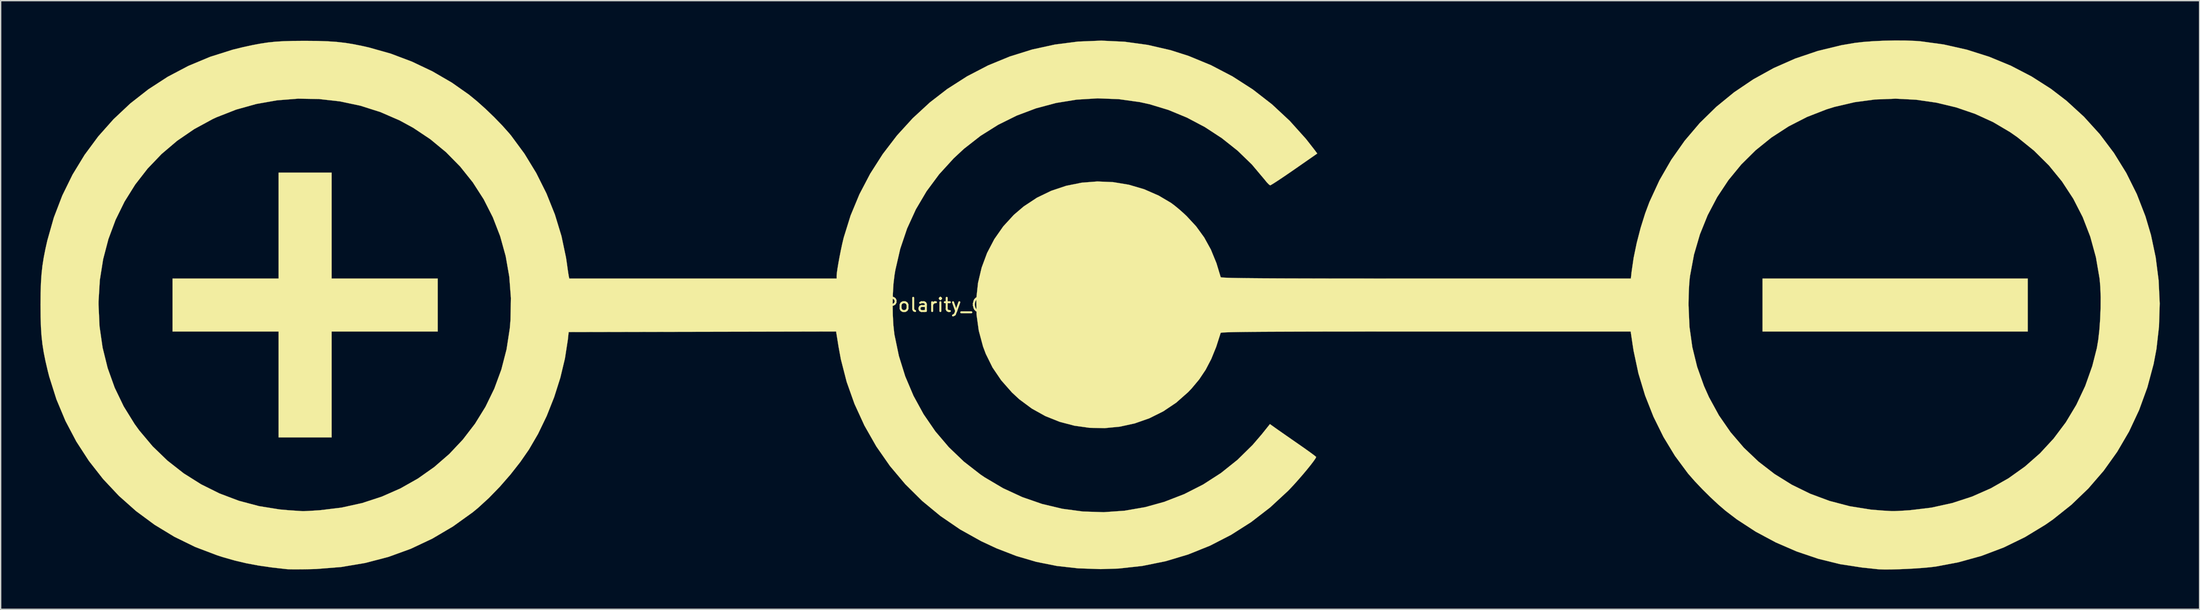
<source format=kicad_pcb>
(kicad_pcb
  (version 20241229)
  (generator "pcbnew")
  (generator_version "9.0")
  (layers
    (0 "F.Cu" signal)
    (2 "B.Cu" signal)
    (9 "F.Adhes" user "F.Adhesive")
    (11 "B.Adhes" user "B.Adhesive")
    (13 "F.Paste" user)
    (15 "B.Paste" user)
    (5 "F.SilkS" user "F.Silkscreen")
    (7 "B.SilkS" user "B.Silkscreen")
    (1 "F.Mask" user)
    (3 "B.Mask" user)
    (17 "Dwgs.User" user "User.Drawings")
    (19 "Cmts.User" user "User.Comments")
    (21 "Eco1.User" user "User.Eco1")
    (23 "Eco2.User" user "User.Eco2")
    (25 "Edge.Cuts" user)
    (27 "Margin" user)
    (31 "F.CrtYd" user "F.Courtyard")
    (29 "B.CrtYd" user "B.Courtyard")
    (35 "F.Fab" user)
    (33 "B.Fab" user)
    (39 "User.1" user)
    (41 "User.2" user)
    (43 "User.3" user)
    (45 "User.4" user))
  (footprint "Polarity_Center_Negative_40mm_SilkScreen"
    (layer "F.Cu")
    (at 79.825 19.976)
    (property "Reference" "Polarity_Center_Negative_40mm_SilkScreen" (at 0 0 0) (layer "F.SilkS") (effects (font (size 1 1) (thickness 0.15))))
    (attr exclude_from_pos_files exclude_from_bom)
    (fp_poly (pts (xy 69.954 1.999) (xy 49.967 1.999) (xy 49.967 -1.999) (xy 69.954 -1.999) (xy 69.954 1.999)) (stroke (width 0.01) (type solid)) (fill yes) (layer "F.SilkS"))
    (fp_poly (pts (xy -57.879 -1.999) (xy -49.884 -1.999) (xy -49.884 1.999) (xy -57.879 1.999) (xy -57.879 9.993) (xy -61.876 9.993) (xy -61.876 1.999) (xy -69.871 1.999) (xy -69.871 -1.999) (xy -61.876 -1.999) (xy -61.876 -9.993) (xy -57.879 -9.993) (xy -57.879 -1.999)) (stroke (width 0.01) (type solid)) (fill yes) (layer "F.SilkS"))
    (fp_poly (pts (xy 60.765 -19.966) (xy 61.488 -19.938) (xy 61.84 -19.912) (xy 63.617 -19.67) (xy 65.36 -19.277) (xy 67.055 -18.739) (xy 68.687 -18.063) (xy 70.242 -17.254) (xy 71.704 -16.319) (xy 72.869 -15.424) (xy 74.188 -14.215) (xy 75.383 -12.897) (xy 76.449 -11.479) (xy 77.381 -9.969) (xy 78.174 -8.374) (xy 78.822 -6.703) (xy 79.241 -5.288) (xy 79.597 -3.601) (xy 79.817 -1.867) (xy 79.9 -0.116) (xy 79.846 1.623) (xy 79.654 3.32) (xy 79.442 4.446) (xy 78.966 6.226) (xy 78.347 7.929) (xy 77.59 9.548) (xy 76.697 11.078) (xy 75.674 12.513) (xy 74.524 13.845) (xy 73.252 15.07) (xy 71.862 16.18) (xy 71.275 16.589) (xy 69.74 17.522) (xy 68.137 18.304) (xy 66.464 18.937) (xy 64.716 19.422) (xy 63.018 19.742) (xy 62.591 19.794) (xy 62.064 19.842) (xy 61.472 19.885) (xy 60.85 19.919) (xy 60.234 19.945) (xy 59.66 19.96) (xy 59.161 19.963) (xy 58.775 19.951) (xy 58.628 19.94) (xy 58.421 19.917) (xy 58.1 19.882) (xy 57.715 19.841) (xy 57.462 19.815) (xy 55.817 19.563) (xy 54.169 19.156) (xy 52.542 18.605) (xy 50.961 17.919) (xy 49.449 17.108) (xy 48.03 16.182) (xy 47.177 15.53) (xy 46.634 15.063) (xy 46.039 14.508) (xy 45.437 13.911) (xy 44.873 13.316) (xy 44.393 12.769) (xy 44.336 12.7) (xy 43.364 11.386) (xy 42.497 9.956) (xy 41.744 8.429) (xy 41.112 6.825) (xy 40.611 5.163) (xy 40.248 3.463) (xy 40.178 3.019) (xy 40.028 1.999) (xy 24.592 1.999) (xy 22.641 1.999) (xy 20.851 2) (xy 19.215 2.001) (xy 17.728 2.002) (xy 16.384 2.004) (xy 15.175 2.007) (xy 14.098 2.011) (xy 13.144 2.015) (xy 12.309 2.019) (xy 11.587 2.025) (xy 10.97 2.031) (xy 10.454 2.038) (xy 10.032 2.046) (xy 9.699 2.055) (xy 9.447 2.065) (xy 9.272 2.076) (xy 9.167 2.088) (xy 9.126 2.101) (xy 9.126 2.103) (xy 8.79 3.155) (xy 8.418 4.072) (xy 7.995 4.884) (xy 7.504 5.619) (xy 6.927 6.309) (xy 6.666 6.582) (xy 5.77 7.373) (xy 4.794 8.028) (xy 3.752 8.548) (xy 2.66 8.932) (xy 1.533 9.18) (xy 0.387 9.292) (xy -0.765 9.268) (xy -1.905 9.108) (xy -3.02 8.813) (xy -4.094 8.381) (xy -5.111 7.814) (xy -6.057 7.111) (xy -6.606 6.601) (xy -7.414 5.684) (xy -8.069 4.717) (xy -8.578 3.686) (xy -8.786 3.13) (xy -9.108 1.928) (xy -9.275 0.716) (xy -9.284 0.029) (xy 44.388 0.029) (xy 44.458 1.64) (xy 44.673 3.178) (xy 45.036 4.662) (xy 45.551 6.108) (xy 45.928 6.954) (xy 46.679 8.329) (xy 47.558 9.602) (xy 48.555 10.768) (xy 49.661 11.82) (xy 50.869 12.754) (xy 52.169 13.564) (xy 53.553 14.243) (xy 55.011 14.786) (xy 56.535 15.187) (xy 58.116 15.441) (xy 59.045 15.517) (xy 59.345 15.534) (xy 59.607 15.55) (xy 59.711 15.557) (xy 59.869 15.557) (xy 60.156 15.545) (xy 60.533 15.524) (xy 60.962 15.496) (xy 61.058 15.49) (xy 62.692 15.293) (xy 64.261 14.948) (xy 65.757 14.459) (xy 67.173 13.834) (xy 68.503 13.077) (xy 69.739 12.195) (xy 70.876 11.194) (xy 71.905 10.079) (xy 72.821 8.857) (xy 73.616 7.533) (xy 74.284 6.113) (xy 74.818 4.603) (xy 75.163 3.248) (xy 75.268 2.623) (xy 75.352 1.879) (xy 75.411 1.062) (xy 75.444 0.22) (xy 75.449 -0.602) (xy 75.424 -1.358) (xy 75.371 -1.976) (xy 75.092 -3.607) (xy 74.666 -5.162) (xy 74.096 -6.637) (xy 73.384 -8.028) (xy 72.533 -9.331) (xy 71.546 -10.541) (xy 70.425 -11.654) (xy 69.174 -12.667) (xy 68.622 -13.052) (xy 67.348 -13.806) (xy 65.985 -14.43) (xy 64.551 -14.921) (xy 63.062 -15.277) (xy 61.536 -15.497) (xy 59.991 -15.577) (xy 58.442 -15.516) (xy 56.908 -15.311) (xy 55.405 -14.961) (xy 54.797 -14.774) (xy 53.318 -14.197) (xy 51.928 -13.484) (xy 50.634 -12.643) (xy 49.443 -11.681) (xy 48.361 -10.607) (xy 47.394 -9.427) (xy 46.548 -8.149) (xy 45.83 -6.782) (xy 45.245 -5.333) (xy 44.801 -3.811) (xy 44.504 -2.221) (xy 44.475 -2.001) (xy 44.444 -1.659) (xy 44.417 -1.202) (xy 44.398 -0.681) (xy 44.388 -0.15) (xy 44.388 0.029) (xy -9.284 0.029) (xy -9.291 -0.49) (xy -9.161 -1.676) (xy -8.889 -2.828) (xy -8.479 -3.932) (xy -7.935 -4.973) (xy -7.261 -5.937) (xy -6.461 -6.81) (xy -5.721 -7.442) (xy -4.72 -8.103) (xy -3.648 -8.622) (xy -2.521 -9) (xy -1.356 -9.235) (xy -0.169 -9.328) (xy 1.022 -9.277) (xy 2.201 -9.082) (xy 3.351 -8.744) (xy 4.455 -8.261) (xy 5.371 -7.719) (xy 5.646 -7.515) (xy 5.987 -7.235) (xy 6.341 -6.921) (xy 6.558 -6.717) (xy 7.278 -5.938) (xy 7.883 -5.103) (xy 8.388 -4.187) (xy 8.807 -3.163) (xy 9.128 -2.103) (xy 9.161 -2.09) (xy 9.258 -2.078) (xy 9.424 -2.067) (xy 9.666 -2.057) (xy 9.989 -2.047) (xy 10.4 -2.039) (xy 10.904 -2.032) (xy 11.507 -2.026) (xy 12.217 -2.02) (xy 13.037 -2.015) (xy 13.976 -2.011) (xy 15.038 -2.008) (xy 16.23 -2.005) (xy 17.557 -2.002) (xy 19.026 -2.001) (xy 20.643 -2) (xy 22.414 -1.999) (xy 24.344 -1.999) (xy 24.598 -1.999) (xy 40.041 -1.999) (xy 40.098 -2.519) (xy 40.25 -3.564) (xy 40.482 -4.685) (xy 40.776 -5.822) (xy 41.118 -6.916) (xy 41.44 -7.779) (xy 42.197 -9.42) (xy 43.086 -10.964) (xy 44.1 -12.406) (xy 45.233 -13.74) (xy 46.477 -14.96) (xy 47.826 -16.063) (xy 49.273 -17.041) (xy 50.81 -17.891) (xy 52.431 -18.606) (xy 54.129 -19.181) (xy 55.898 -19.611) (xy 56.91 -19.785) (xy 57.548 -19.86) (xy 58.302 -19.916) (xy 59.122 -19.954) (xy 59.96 -19.971) (xy 60.765 -19.966)) (stroke (width 0.01) (type solid)) (fill yes) (layer "F.SilkS"))
    (fp_poly (pts (xy 1.883 -19.876) (xy 3.626 -19.637) (xy 5.346 -19.24) (xy 6.704 -18.806) (xy 8.399 -18.105) (xy 10.017 -17.259) (xy 11.549 -16.273) (xy 12.989 -15.154) (xy 14.327 -13.907) (xy 15.556 -12.538) (xy 16.183 -11.735) (xy 16.405 -11.437) (xy 14.68 -10.236) (xy 14.205 -9.908) (xy 13.772 -9.614) (xy 13.402 -9.368) (xy 13.112 -9.181) (xy 12.923 -9.066) (xy 12.858 -9.036) (xy 12.762 -9.098) (xy 12.604 -9.261) (xy 12.422 -9.485) (xy 11.476 -10.611) (xy 10.4 -11.653) (xy 9.213 -12.597) (xy 7.935 -13.433) (xy 6.588 -14.146) (xy 5.189 -14.726) (xy 3.76 -15.16) (xy 3.031 -15.32) (xy 1.437 -15.542) (xy -0.152 -15.602) (xy -1.727 -15.505) (xy -3.274 -15.254) (xy -4.784 -14.851) (xy -6.244 -14.301) (xy -7.643 -13.607) (xy -8.97 -12.773) (xy -10.214 -11.801) (xy -10.994 -11.076) (xy -12.092 -9.871) (xy -13.043 -8.586) (xy -13.849 -7.22) (xy -14.509 -5.774) (xy -15.024 -4.247) (xy -15.394 -2.639) (xy -15.459 -2.248) (xy -15.535 -1.607) (xy -15.58 -0.856) (xy -15.597 -0.049) (xy -15.584 0.761) (xy -15.542 1.519) (xy -15.471 2.173) (xy -15.461 2.237) (xy -15.127 3.845) (xy -14.647 5.386) (xy -14.025 6.854) (xy -13.267 8.24) (xy -12.379 9.535) (xy -11.364 10.73) (xy -10.23 11.818) (xy -8.981 12.79) (xy -8.661 13.007) (xy -7.272 13.829) (xy -5.825 14.499) (xy -4.332 15.017) (xy -2.805 15.38) (xy -1.253 15.587) (xy 0.311 15.637) (xy 1.877 15.527) (xy 3.433 15.257) (xy 4.867 14.859) (xy 6.375 14.275) (xy 7.805 13.547) (xy 9.147 12.681) (xy 10.393 11.684) (xy 11.533 10.562) (xy 12.219 9.761) (xy 12.838 8.988) (xy 13.227 9.266) (xy 13.419 9.402) (xy 13.719 9.612) (xy 14.097 9.876) (xy 14.524 10.173) (xy 14.969 10.483) (xy 15.384 10.772) (xy 15.747 11.031) (xy 16.038 11.243) (xy 16.236 11.394) (xy 16.321 11.469) (xy 16.323 11.472) (xy 16.269 11.585) (xy 16.122 11.798) (xy 15.9 12.089) (xy 15.622 12.434) (xy 15.306 12.811) (xy 14.971 13.197) (xy 14.637 13.571) (xy 14.321 13.908) (xy 14.203 14.03) (xy 12.853 15.279) (xy 11.419 16.387) (xy 9.908 17.349) (xy 8.326 18.164) (xy 6.68 18.828) (xy 4.975 19.34) (xy 3.219 19.695) (xy 1.417 19.893) (xy 0.083 19.935) (xy -1.614 19.876) (xy -3.22 19.696) (xy -4.764 19.388) (xy -6.275 18.944) (xy -7.784 18.359) (xy -8.931 17.822) (xy -10.511 16.94) (xy -11.996 15.924) (xy -13.378 14.782) (xy -14.649 13.52) (xy -15.803 12.147) (xy -16.83 10.671) (xy -17.724 9.099) (xy -18.473 7.464) (xy -19.062 5.804) (xy -19.499 4.1) (xy -19.672 3.16) (xy -19.859 1.998) (xy -29.937 2.019) (xy -40.015 2.04) (xy -40.078 2.623) (xy -40.296 4.035) (xy -40.644 5.491) (xy -41.107 6.952) (xy -41.672 8.378) (xy -42.324 9.731) (xy -43.011 10.91) (xy -43.658 11.845) (xy -44.399 12.791) (xy -45.2 13.711) (xy -46.029 14.566) (xy -46.851 15.319) (xy -47.243 15.642) (xy -48.735 16.715) (xy -50.292 17.634) (xy -51.914 18.4) (xy -53.599 19.013) (xy -55.348 19.471) (xy -57.16 19.776) (xy -59.036 19.926) (xy -59.419 19.938) (xy -59.928 19.947) (xy -60.402 19.951) (xy -60.807 19.951) (xy -61.108 19.946) (xy -61.251 19.938) (xy -62.381 19.811) (xy -63.385 19.666) (xy -64.307 19.493) (xy -65.188 19.285) (xy -66.069 19.033) (xy -66.498 18.896) (xy -68.157 18.266) (xy -69.735 17.493) (xy -71.225 16.587) (xy -72.621 15.554) (xy -73.916 14.402) (xy -75.102 13.138) (xy -76.172 11.77) (xy -77.121 10.306) (xy -77.94 8.752) (xy -78.623 7.118) (xy -79.163 5.409) (xy -79.273 4.979) (xy -79.445 4.243) (xy -79.578 3.582) (xy -79.677 2.956) (xy -79.746 2.325) (xy -79.79 1.649) (xy -79.813 0.887) (xy -79.82 0) (xy -79.82 -0.042) (xy -75.45 -0.042) (xy -75.373 1.613) (xy -75.142 3.216) (xy -74.76 4.761) (xy -74.23 6.242) (xy -73.552 7.651) (xy -72.73 8.981) (xy -72.379 9.466) (xy -71.372 10.665) (xy -70.252 11.747) (xy -69.03 12.705) (xy -67.718 13.533) (xy -66.327 14.225) (xy -64.868 14.777) (xy -63.352 15.18) (xy -61.789 15.431) (xy -61.168 15.486) (xy -60.779 15.513) (xy -60.438 15.536) (xy -60.189 15.553) (xy -60.086 15.56) (xy -59.944 15.559) (xy -59.672 15.546) (xy -59.306 15.525) (xy -58.881 15.497) (xy -58.758 15.488) (xy -57.139 15.292) (xy -55.584 14.949) (xy -54.1 14.463) (xy -52.694 13.843) (xy -51.373 13.095) (xy -50.145 12.227) (xy -49.014 11.244) (xy -47.99 10.155) (xy -47.078 8.966) (xy -46.286 7.683) (xy -45.621 6.315) (xy -45.089 4.868) (xy -44.697 3.348) (xy -44.453 1.763) (xy -44.399 1.124) (xy -44.368 -0.525) (xy -44.49 -2.133) (xy -44.762 -3.691) (xy -45.177 -5.192) (xy -45.732 -6.626) (xy -46.422 -7.986) (xy -47.243 -9.264) (xy -48.19 -10.45) (xy -49.257 -11.537) (xy -50.442 -12.517) (xy -51.739 -13.382) (xy -52.759 -13.938) (xy -54.208 -14.567) (xy -55.714 -15.046) (xy -57.261 -15.374) (xy -58.834 -15.551) (xy -60.417 -15.578) (xy -61.996 -15.453) (xy -63.554 -15.178) (xy -65.078 -14.752) (xy -66.551 -14.174) (xy -66.854 -14.033) (xy -68.242 -13.277) (xy -69.524 -12.398) (xy -70.695 -11.402) (xy -71.75 -10.299) (xy -72.683 -9.097) (xy -73.49 -7.804) (xy -74.165 -6.427) (xy -74.704 -4.977) (xy -75.101 -3.459) (xy -75.351 -1.884) (xy -75.449 -0.259) (xy -75.45 -0.042) (xy -79.82 -0.042) (xy -79.813 -0.886) (xy -79.79 -1.647) (xy -79.746 -2.323) (xy -79.678 -2.955) (xy -79.58 -3.582) (xy -79.449 -4.247) (xy -79.308 -4.872) (xy -78.817 -6.606) (xy -78.181 -8.266) (xy -77.407 -9.845) (xy -76.5 -11.335) (xy -75.469 -12.731) (xy -74.32 -14.025) (xy -73.06 -15.211) (xy -71.696 -16.281) (xy -70.235 -17.23) (xy -68.683 -18.049) (xy -67.047 -18.734) (xy -65.335 -19.276) (xy -64.541 -19.471) (xy -63.857 -19.619) (xy -63.251 -19.734) (xy -62.685 -19.819) (xy -62.118 -19.878) (xy -61.511 -19.916) (xy -60.826 -19.936) (xy -60.021 -19.943) (xy -59.836 -19.943) (xy -58.944 -19.935) (xy -58.176 -19.909) (xy -57.492 -19.862) (xy -56.849 -19.789) (xy -56.206 -19.684) (xy -55.521 -19.545) (xy -55.052 -19.438) (xy -53.426 -18.978) (xy -51.825 -18.373) (xy -50.278 -17.637) (xy -48.814 -16.785) (xy -47.54 -15.889) (xy -46.934 -15.393) (xy -46.281 -14.808) (xy -45.626 -14.177) (xy -45.011 -13.541) (xy -44.479 -12.943) (xy -44.348 -12.783) (xy -43.347 -11.423) (xy -42.457 -9.962) (xy -41.689 -8.423) (xy -41.052 -6.831) (xy -40.558 -5.208) (xy -40.214 -3.577) (xy -40.141 -3.081) (xy -40.094 -2.732) (xy -40.049 -2.428) (xy -40.016 -2.221) (xy -40.009 -2.186) (xy -39.971 -1.999) (xy -19.82 -1.999) (xy -19.82 -2.196) (xy -19.803 -2.411) (xy -19.755 -2.752) (xy -19.683 -3.18) (xy -19.595 -3.66) (xy -19.497 -4.155) (xy -19.396 -4.626) (xy -19.298 -5.039) (xy -19.279 -5.112) (xy -18.767 -6.757) (xy -18.101 -8.363) (xy -17.289 -9.914) (xy -16.343 -11.397) (xy -15.272 -12.798) (xy -14.085 -14.101) (xy -12.794 -15.293) (xy -11.488 -16.304) (xy -9.981 -17.269) (xy -8.404 -18.089) (xy -6.768 -18.762) (xy -5.086 -19.288) (xy -3.367 -19.664) (xy -1.626 -19.888) (xy 0.128 -19.959) (xy 1.883 -19.876)) (stroke (width 0.01) (type solid)) (fill yes) (layer "F.SilkS")))
  (gr_rect
    (start -3 -3)
    (end 162.73 42.943)
    (stroke (width 0.1) (type default))
    (fill no)
    (layer "Edge.Cuts")))
</source>
